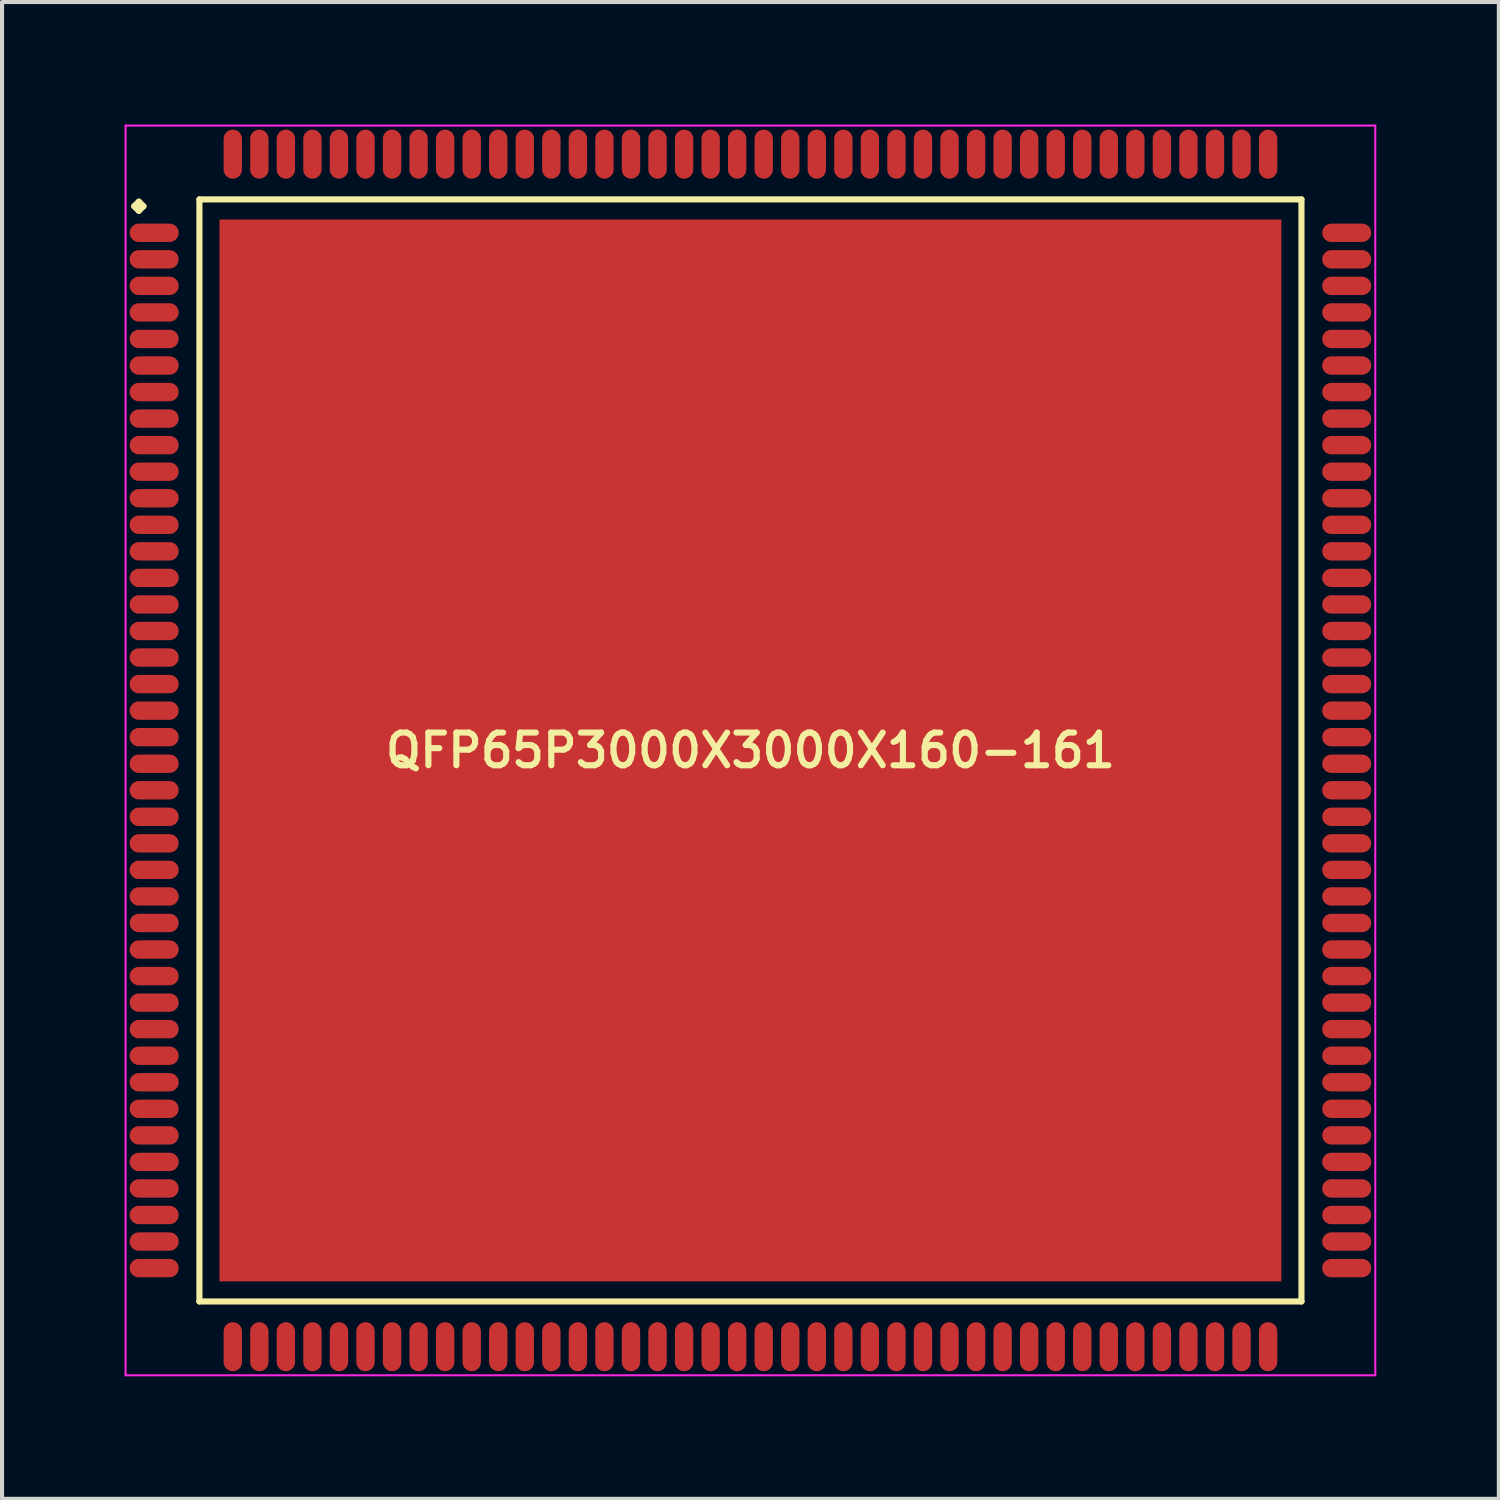
<source format=kicad_pcb>
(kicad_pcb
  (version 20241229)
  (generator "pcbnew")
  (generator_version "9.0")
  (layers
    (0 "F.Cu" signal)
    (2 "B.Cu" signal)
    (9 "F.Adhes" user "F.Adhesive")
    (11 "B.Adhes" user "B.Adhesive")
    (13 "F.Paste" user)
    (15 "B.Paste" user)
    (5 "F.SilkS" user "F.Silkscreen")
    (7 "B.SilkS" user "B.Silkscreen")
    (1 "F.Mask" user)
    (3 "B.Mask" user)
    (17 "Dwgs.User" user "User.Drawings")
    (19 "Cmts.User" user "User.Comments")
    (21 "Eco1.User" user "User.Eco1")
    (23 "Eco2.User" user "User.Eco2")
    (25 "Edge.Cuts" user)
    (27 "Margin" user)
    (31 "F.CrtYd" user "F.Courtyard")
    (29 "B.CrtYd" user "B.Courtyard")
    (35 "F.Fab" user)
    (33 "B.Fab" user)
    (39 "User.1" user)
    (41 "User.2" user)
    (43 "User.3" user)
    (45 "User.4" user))
  (footprint "QFP65P3000X3000X160-161"
    (layer "F.Cu")
    (at 15.325 15.325)
    (property "Reference" "QFP65P3000X3000X160-161" (at 0 0 0) (layer "F.SilkS") (effects (font (size 0.8 0.8) (thickness 0.15))))
    (attr smd)
    (fp_line (start -15.088 -13.325) (end -14.975 -13.438) (stroke (width 0.15) (type solid)) (layer "F.SilkS"))
    (fp_line (start -14.975 -13.438) (end -14.863 -13.325) (stroke (width 0.15) (type solid)) (layer "F.SilkS"))
    (fp_line (start -14.975 -13.213) (end -15.088 -13.325) (stroke (width 0.15) (type solid)) (layer "F.SilkS"))
    (fp_line (start -14.863 -13.325) (end -14.975 -13.213) (stroke (width 0.15) (type solid)) (layer "F.SilkS"))
    (fp_line (start -13.492 -13.492) (end -13.492 13.492) (stroke (width 0.15) (type solid)) (layer "F.SilkS"))
    (fp_line (start -13.492 13.492) (end 13.492 13.492) (stroke (width 0.15) (type solid)) (layer "F.SilkS"))
    (fp_line (start 13.492 -13.492) (end -13.492 -13.492) (stroke (width 0.15) (type solid)) (layer "F.SilkS"))
    (fp_line (start 13.492 13.492) (end 13.492 -13.492) (stroke (width 0.15) (type solid)) (layer "F.SilkS"))
    (fp_line (start -15.3 -15.3) (end 15.3 -15.3) (stroke (width 0.05) (type solid)) (layer "F.CrtYd"))
    (fp_line (start -15.3 15.3) (end -15.3 -15.3) (stroke (width 0.05) (type solid)) (layer "F.CrtYd"))
    (fp_line (start 15.3 -15.3) (end 15.3 15.3) (stroke (width 0.05) (type solid)) (layer "F.CrtYd"))
    (fp_line (start 15.3 15.3) (end -15.3 15.3) (stroke (width 0.05) (type solid)) (layer "F.CrtYd"))
    (pad "1" smd oval (at -14.6 -12.675) (size 1.2 0.45) (layers "F.Cu" "F.Mask" "F.Paste"))
    (pad "2" smd oval (at -14.6 -12.025) (size 1.2 0.45) (layers "F.Cu" "F.Mask" "F.Paste"))
    (pad "3" smd oval (at -14.6 -11.375) (size 1.2 0.45) (layers "F.Cu" "F.Mask" "F.Paste"))
    (pad "4" smd oval (at -14.6 -10.725) (size 1.2 0.45) (layers "F.Cu" "F.Mask" "F.Paste"))
    (pad "5" smd oval (at -14.6 -10.075) (size 1.2 0.45) (layers "F.Cu" "F.Mask" "F.Paste"))
    (pad "6" smd oval (at -14.6 -9.425) (size 1.2 0.45) (layers "F.Cu" "F.Mask" "F.Paste"))
    (pad "7" smd oval (at -14.6 -8.775) (size 1.2 0.45) (layers "F.Cu" "F.Mask" "F.Paste"))
    (pad "8" smd oval (at -14.6 -8.125) (size 1.2 0.45) (layers "F.Cu" "F.Mask" "F.Paste"))
    (pad "9" smd oval (at -14.6 -7.475) (size 1.2 0.45) (layers "F.Cu" "F.Mask" "F.Paste"))
    (pad "10" smd oval (at -14.6 -6.825) (size 1.2 0.45) (layers "F.Cu" "F.Mask" "F.Paste"))
    (pad "11" smd oval (at -14.6 -6.175) (size 1.2 0.45) (layers "F.Cu" "F.Mask" "F.Paste"))
    (pad "12" smd oval (at -14.6 -5.525) (size 1.2 0.45) (layers "F.Cu" "F.Mask" "F.Paste"))
    (pad "13" smd oval (at -14.6 -4.875) (size 1.2 0.45) (layers "F.Cu" "F.Mask" "F.Paste"))
    (pad "14" smd oval (at -14.6 -4.225) (size 1.2 0.45) (layers "F.Cu" "F.Mask" "F.Paste"))
    (pad "15" smd oval (at -14.6 -3.575) (size 1.2 0.45) (layers "F.Cu" "F.Mask" "F.Paste"))
    (pad "16" smd oval (at -14.6 -2.925) (size 1.2 0.45) (layers "F.Cu" "F.Mask" "F.Paste"))
    (pad "17" smd oval (at -14.6 -2.275) (size 1.2 0.45) (layers "F.Cu" "F.Mask" "F.Paste"))
    (pad "18" smd oval (at -14.6 -1.625) (size 1.2 0.45) (layers "F.Cu" "F.Mask" "F.Paste"))
    (pad "19" smd oval (at -14.6 -0.975) (size 1.2 0.45) (layers "F.Cu" "F.Mask" "F.Paste"))
    (pad "20" smd oval (at -14.6 -0.325) (size 1.2 0.45) (layers "F.Cu" "F.Mask" "F.Paste"))
    (pad "21" smd oval (at -14.6 0.325) (size 1.2 0.45) (layers "F.Cu" "F.Mask" "F.Paste"))
    (pad "22" smd oval (at -14.6 0.975) (size 1.2 0.45) (layers "F.Cu" "F.Mask" "F.Paste"))
    (pad "23" smd oval (at -14.6 1.625) (size 1.2 0.45) (layers "F.Cu" "F.Mask" "F.Paste"))
    (pad "24" smd oval (at -14.6 2.275) (size 1.2 0.45) (layers "F.Cu" "F.Mask" "F.Paste"))
    (pad "25" smd oval (at -14.6 2.925) (size 1.2 0.45) (layers "F.Cu" "F.Mask" "F.Paste"))
    (pad "26" smd oval (at -14.6 3.575) (size 1.2 0.45) (layers "F.Cu" "F.Mask" "F.Paste"))
    (pad "27" smd oval (at -14.6 4.225) (size 1.2 0.45) (layers "F.Cu" "F.Mask" "F.Paste"))
    (pad "28" smd oval (at -14.6 4.875) (size 1.2 0.45) (layers "F.Cu" "F.Mask" "F.Paste"))
    (pad "29" smd oval (at -14.6 5.525) (size 1.2 0.45) (layers "F.Cu" "F.Mask" "F.Paste"))
    (pad "30" smd oval (at -14.6 6.175) (size 1.2 0.45) (layers "F.Cu" "F.Mask" "F.Paste"))
    (pad "31" smd oval (at -14.6 6.825) (size 1.2 0.45) (layers "F.Cu" "F.Mask" "F.Paste"))
    (pad "32" smd oval (at -14.6 7.475) (size 1.2 0.45) (layers "F.Cu" "F.Mask" "F.Paste"))
    (pad "33" smd oval (at -14.6 8.125) (size 1.2 0.45) (layers "F.Cu" "F.Mask" "F.Paste"))
    (pad "34" smd oval (at -14.6 8.775) (size 1.2 0.45) (layers "F.Cu" "F.Mask" "F.Paste"))
    (pad "35" smd oval (at -14.6 9.425) (size 1.2 0.45) (layers "F.Cu" "F.Mask" "F.Paste"))
    (pad "36" smd oval (at -14.6 10.075) (size 1.2 0.45) (layers "F.Cu" "F.Mask" "F.Paste"))
    (pad "37" smd oval (at -14.6 10.725) (size 1.2 0.45) (layers "F.Cu" "F.Mask" "F.Paste"))
    (pad "38" smd oval (at -14.6 11.375) (size 1.2 0.45) (layers "F.Cu" "F.Mask" "F.Paste"))
    (pad "39" smd oval (at -14.6 12.025) (size 1.2 0.45) (layers "F.Cu" "F.Mask" "F.Paste"))
    (pad "40" smd oval (at -14.6 12.675) (size 1.2 0.45) (layers "F.Cu" "F.Mask" "F.Paste"))
    (pad "41" smd oval (at -12.675 14.6) (size 0.45 1.2) (layers "F.Cu" "F.Mask" "F.Paste"))
    (pad "42" smd oval (at -12.025 14.6) (size 0.45 1.2) (layers "F.Cu" "F.Mask" "F.Paste"))
    (pad "43" smd oval (at -11.375 14.6) (size 0.45 1.2) (layers "F.Cu" "F.Mask" "F.Paste"))
    (pad "44" smd oval (at -10.725 14.6) (size 0.45 1.2) (layers "F.Cu" "F.Mask" "F.Paste"))
    (pad "45" smd oval (at -10.075 14.6) (size 0.45 1.2) (layers "F.Cu" "F.Mask" "F.Paste"))
    (pad "46" smd oval (at -9.425 14.6) (size 0.45 1.2) (layers "F.Cu" "F.Mask" "F.Paste"))
    (pad "47" smd oval (at -8.775 14.6) (size 0.45 1.2) (layers "F.Cu" "F.Mask" "F.Paste"))
    (pad "48" smd oval (at -8.125 14.6) (size 0.45 1.2) (layers "F.Cu" "F.Mask" "F.Paste"))
    (pad "49" smd oval (at -7.475 14.6) (size 0.45 1.2) (layers "F.Cu" "F.Mask" "F.Paste"))
    (pad "50" smd oval (at -6.825 14.6) (size 0.45 1.2) (layers "F.Cu" "F.Mask" "F.Paste"))
    (pad "51" smd oval (at -6.175 14.6) (size 0.45 1.2) (layers "F.Cu" "F.Mask" "F.Paste"))
    (pad "52" smd oval (at -5.525 14.6) (size 0.45 1.2) (layers "F.Cu" "F.Mask" "F.Paste"))
    (pad "53" smd oval (at -4.875 14.6) (size 0.45 1.2) (layers "F.Cu" "F.Mask" "F.Paste"))
    (pad "54" smd oval (at -4.225 14.6) (size 0.45 1.2) (layers "F.Cu" "F.Mask" "F.Paste"))
    (pad "55" smd oval (at -3.575 14.6) (size 0.45 1.2) (layers "F.Cu" "F.Mask" "F.Paste"))
    (pad "56" smd oval (at -2.925 14.6) (size 0.45 1.2) (layers "F.Cu" "F.Mask" "F.Paste"))
    (pad "57" smd oval (at -2.275 14.6) (size 0.45 1.2) (layers "F.Cu" "F.Mask" "F.Paste"))
    (pad "58" smd oval (at -1.625 14.6) (size 0.45 1.2) (layers "F.Cu" "F.Mask" "F.Paste"))
    (pad "59" smd oval (at -0.975 14.6) (size 0.45 1.2) (layers "F.Cu" "F.Mask" "F.Paste"))
    (pad "60" smd oval (at -0.325 14.6) (size 0.45 1.2) (layers "F.Cu" "F.Mask" "F.Paste"))
    (pad "61" smd oval (at 0.325 14.6) (size 0.45 1.2) (layers "F.Cu" "F.Mask" "F.Paste"))
    (pad "62" smd oval (at 0.975 14.6) (size 0.45 1.2) (layers "F.Cu" "F.Mask" "F.Paste"))
    (pad "63" smd oval (at 1.625 14.6) (size 0.45 1.2) (layers "F.Cu" "F.Mask" "F.Paste"))
    (pad "64" smd oval (at 2.275 14.6) (size 0.45 1.2) (layers "F.Cu" "F.Mask" "F.Paste"))
    (pad "65" smd oval (at 2.925 14.6) (size 0.45 1.2) (layers "F.Cu" "F.Mask" "F.Paste"))
    (pad "66" smd oval (at 3.575 14.6) (size 0.45 1.2) (layers "F.Cu" "F.Mask" "F.Paste"))
    (pad "67" smd oval (at 4.225 14.6) (size 0.45 1.2) (layers "F.Cu" "F.Mask" "F.Paste"))
    (pad "68" smd oval (at 4.875 14.6) (size 0.45 1.2) (layers "F.Cu" "F.Mask" "F.Paste"))
    (pad "69" smd oval (at 5.525 14.6) (size 0.45 1.2) (layers "F.Cu" "F.Mask" "F.Paste"))
    (pad "70" smd oval (at 6.175 14.6) (size 0.45 1.2) (layers "F.Cu" "F.Mask" "F.Paste"))
    (pad "71" smd oval (at 6.825 14.6) (size 0.45 1.2) (layers "F.Cu" "F.Mask" "F.Paste"))
    (pad "72" smd oval (at 7.475 14.6) (size 0.45 1.2) (layers "F.Cu" "F.Mask" "F.Paste"))
    (pad "73" smd oval (at 8.125 14.6) (size 0.45 1.2) (layers "F.Cu" "F.Mask" "F.Paste"))
    (pad "74" smd oval (at 8.775 14.6) (size 0.45 1.2) (layers "F.Cu" "F.Mask" "F.Paste"))
    (pad "75" smd oval (at 9.425 14.6) (size 0.45 1.2) (layers "F.Cu" "F.Mask" "F.Paste"))
    (pad "76" smd oval (at 10.075 14.6) (size 0.45 1.2) (layers "F.Cu" "F.Mask" "F.Paste"))
    (pad "77" smd oval (at 10.725 14.6) (size 0.45 1.2) (layers "F.Cu" "F.Mask" "F.Paste"))
    (pad "78" smd oval (at 11.375 14.6) (size 0.45 1.2) (layers "F.Cu" "F.Mask" "F.Paste"))
    (pad "79" smd oval (at 12.025 14.6) (size 0.45 1.2) (layers "F.Cu" "F.Mask" "F.Paste"))
    (pad "80" smd oval (at 12.675 14.6) (size 0.45 1.2) (layers "F.Cu" "F.Mask" "F.Paste"))
    (pad "81" smd oval (at 14.6 12.675) (size 1.2 0.45) (layers "F.Cu" "F.Mask" "F.Paste"))
    (pad "82" smd oval (at 14.6 12.025) (size 1.2 0.45) (layers "F.Cu" "F.Mask" "F.Paste"))
    (pad "83" smd oval (at 14.6 11.375) (size 1.2 0.45) (layers "F.Cu" "F.Mask" "F.Paste"))
    (pad "84" smd oval (at 14.6 10.725) (size 1.2 0.45) (layers "F.Cu" "F.Mask" "F.Paste"))
    (pad "85" smd oval (at 14.6 10.075) (size 1.2 0.45) (layers "F.Cu" "F.Mask" "F.Paste"))
    (pad "86" smd oval (at 14.6 9.425) (size 1.2 0.45) (layers "F.Cu" "F.Mask" "F.Paste"))
    (pad "87" smd oval (at 14.6 8.775) (size 1.2 0.45) (layers "F.Cu" "F.Mask" "F.Paste"))
    (pad "88" smd oval (at 14.6 8.125) (size 1.2 0.45) (layers "F.Cu" "F.Mask" "F.Paste"))
    (pad "89" smd oval (at 14.6 7.475) (size 1.2 0.45) (layers "F.Cu" "F.Mask" "F.Paste"))
    (pad "90" smd oval (at 14.6 6.825) (size 1.2 0.45) (layers "F.Cu" "F.Mask" "F.Paste"))
    (pad "91" smd oval (at 14.6 6.175) (size 1.2 0.45) (layers "F.Cu" "F.Mask" "F.Paste"))
    (pad "92" smd oval (at 14.6 5.525) (size 1.2 0.45) (layers "F.Cu" "F.Mask" "F.Paste"))
    (pad "93" smd oval (at 14.6 4.875) (size 1.2 0.45) (layers "F.Cu" "F.Mask" "F.Paste"))
    (pad "94" smd oval (at 14.6 4.225) (size 1.2 0.45) (layers "F.Cu" "F.Mask" "F.Paste"))
    (pad "95" smd oval (at 14.6 3.575) (size 1.2 0.45) (layers "F.Cu" "F.Mask" "F.Paste"))
    (pad "96" smd oval (at 14.6 2.925) (size 1.2 0.45) (layers "F.Cu" "F.Mask" "F.Paste"))
    (pad "97" smd oval (at 14.6 2.275) (size 1.2 0.45) (layers "F.Cu" "F.Mask" "F.Paste"))
    (pad "98" smd oval (at 14.6 1.625) (size 1.2 0.45) (layers "F.Cu" "F.Mask" "F.Paste"))
    (pad "99" smd oval (at 14.6 0.975) (size 1.2 0.45) (layers "F.Cu" "F.Mask" "F.Paste"))
    (pad "100" smd oval (at 14.6 0.325) (size 1.2 0.45) (layers "F.Cu" "F.Mask" "F.Paste"))
    (pad "101" smd oval (at 14.6 -0.325) (size 1.2 0.45) (layers "F.Cu" "F.Mask" "F.Paste"))
    (pad "102" smd oval (at 14.6 -0.975) (size 1.2 0.45) (layers "F.Cu" "F.Mask" "F.Paste"))
    (pad "103" smd oval (at 14.6 -1.625) (size 1.2 0.45) (layers "F.Cu" "F.Mask" "F.Paste"))
    (pad "104" smd oval (at 14.6 -2.275) (size 1.2 0.45) (layers "F.Cu" "F.Mask" "F.Paste"))
    (pad "105" smd oval (at 14.6 -2.925) (size 1.2 0.45) (layers "F.Cu" "F.Mask" "F.Paste"))
    (pad "106" smd oval (at 14.6 -3.575) (size 1.2 0.45) (layers "F.Cu" "F.Mask" "F.Paste"))
    (pad "107" smd oval (at 14.6 -4.225) (size 1.2 0.45) (layers "F.Cu" "F.Mask" "F.Paste"))
    (pad "108" smd oval (at 14.6 -4.875) (size 1.2 0.45) (layers "F.Cu" "F.Mask" "F.Paste"))
    (pad "109" smd oval (at 14.6 -5.525) (size 1.2 0.45) (layers "F.Cu" "F.Mask" "F.Paste"))
    (pad "110" smd oval (at 14.6 -6.175) (size 1.2 0.45) (layers "F.Cu" "F.Mask" "F.Paste"))
    (pad "111" smd oval (at 14.6 -6.825) (size 1.2 0.45) (layers "F.Cu" "F.Mask" "F.Paste"))
    (pad "112" smd oval (at 14.6 -7.475) (size 1.2 0.45) (layers "F.Cu" "F.Mask" "F.Paste"))
    (pad "113" smd oval (at 14.6 -8.125) (size 1.2 0.45) (layers "F.Cu" "F.Mask" "F.Paste"))
    (pad "114" smd oval (at 14.6 -8.775) (size 1.2 0.45) (layers "F.Cu" "F.Mask" "F.Paste"))
    (pad "115" smd oval (at 14.6 -9.425) (size 1.2 0.45) (layers "F.Cu" "F.Mask" "F.Paste"))
    (pad "116" smd oval (at 14.6 -10.075) (size 1.2 0.45) (layers "F.Cu" "F.Mask" "F.Paste"))
    (pad "117" smd oval (at 14.6 -10.725) (size 1.2 0.45) (layers "F.Cu" "F.Mask" "F.Paste"))
    (pad "118" smd oval (at 14.6 -11.375) (size 1.2 0.45) (layers "F.Cu" "F.Mask" "F.Paste"))
    (pad "119" smd oval (at 14.6 -12.025) (size 1.2 0.45) (layers "F.Cu" "F.Mask" "F.Paste"))
    (pad "120" smd oval (at 14.6 -12.675) (size 1.2 0.45) (layers "F.Cu" "F.Mask" "F.Paste"))
    (pad "121" smd oval (at 12.675 -14.6) (size 0.45 1.2) (layers "F.Cu" "F.Mask" "F.Paste"))
    (pad "122" smd oval (at 12.025 -14.6) (size 0.45 1.2) (layers "F.Cu" "F.Mask" "F.Paste"))
    (pad "123" smd oval (at 11.375 -14.6) (size 0.45 1.2) (layers "F.Cu" "F.Mask" "F.Paste"))
    (pad "124" smd oval (at 10.725 -14.6) (size 0.45 1.2) (layers "F.Cu" "F.Mask" "F.Paste"))
    (pad "125" smd oval (at 10.075 -14.6) (size 0.45 1.2) (layers "F.Cu" "F.Mask" "F.Paste"))
    (pad "126" smd oval (at 9.425 -14.6) (size 0.45 1.2) (layers "F.Cu" "F.Mask" "F.Paste"))
    (pad "127" smd oval (at 8.775 -14.6) (size 0.45 1.2) (layers "F.Cu" "F.Mask" "F.Paste"))
    (pad "128" smd oval (at 8.125 -14.6) (size 0.45 1.2) (layers "F.Cu" "F.Mask" "F.Paste"))
    (pad "129" smd oval (at 7.475 -14.6) (size 0.45 1.2) (layers "F.Cu" "F.Mask" "F.Paste"))
    (pad "130" smd oval (at 6.825 -14.6) (size 0.45 1.2) (layers "F.Cu" "F.Mask" "F.Paste"))
    (pad "131" smd oval (at 6.175 -14.6) (size 0.45 1.2) (layers "F.Cu" "F.Mask" "F.Paste"))
    (pad "132" smd oval (at 5.525 -14.6) (size 0.45 1.2) (layers "F.Cu" "F.Mask" "F.Paste"))
    (pad "133" smd oval (at 4.875 -14.6) (size 0.45 1.2) (layers "F.Cu" "F.Mask" "F.Paste"))
    (pad "134" smd oval (at 4.225 -14.6) (size 0.45 1.2) (layers "F.Cu" "F.Mask" "F.Paste"))
    (pad "135" smd oval (at 3.575 -14.6) (size 0.45 1.2) (layers "F.Cu" "F.Mask" "F.Paste"))
    (pad "136" smd oval (at 2.925 -14.6) (size 0.45 1.2) (layers "F.Cu" "F.Mask" "F.Paste"))
    (pad "137" smd oval (at 2.275 -14.6) (size 0.45 1.2) (layers "F.Cu" "F.Mask" "F.Paste"))
    (pad "138" smd oval (at 1.625 -14.6) (size 0.45 1.2) (layers "F.Cu" "F.Mask" "F.Paste"))
    (pad "139" smd oval (at 0.975 -14.6) (size 0.45 1.2) (layers "F.Cu" "F.Mask" "F.Paste"))
    (pad "140" smd oval (at 0.325 -14.6) (size 0.45 1.2) (layers "F.Cu" "F.Mask" "F.Paste"))
    (pad "141" smd oval (at -0.325 -14.6) (size 0.45 1.2) (layers "F.Cu" "F.Mask" "F.Paste"))
    (pad "142" smd oval (at -0.975 -14.6) (size 0.45 1.2) (layers "F.Cu" "F.Mask" "F.Paste"))
    (pad "143" smd oval (at -1.625 -14.6) (size 0.45 1.2) (layers "F.Cu" "F.Mask" "F.Paste"))
    (pad "144" smd oval (at -2.275 -14.6) (size 0.45 1.2) (layers "F.Cu" "F.Mask" "F.Paste"))
    (pad "145" smd oval (at -2.925 -14.6) (size 0.45 1.2) (layers "F.Cu" "F.Mask" "F.Paste"))
    (pad "146" smd oval (at -3.575 -14.6) (size 0.45 1.2) (layers "F.Cu" "F.Mask" "F.Paste"))
    (pad "147" smd oval (at -4.225 -14.6) (size 0.45 1.2) (layers "F.Cu" "F.Mask" "F.Paste"))
    (pad "148" smd oval (at -4.875 -14.6) (size 0.45 1.2) (layers "F.Cu" "F.Mask" "F.Paste"))
    (pad "149" smd oval (at -5.525 -14.6) (size 0.45 1.2) (layers "F.Cu" "F.Mask" "F.Paste"))
    (pad "150" smd oval (at -6.175 -14.6) (size 0.45 1.2) (layers "F.Cu" "F.Mask" "F.Paste"))
    (pad "151" smd oval (at -6.825 -14.6) (size 0.45 1.2) (layers "F.Cu" "F.Mask" "F.Paste"))
    (pad "152" smd oval (at -7.475 -14.6) (size 0.45 1.2) (layers "F.Cu" "F.Mask" "F.Paste"))
    (pad "153" smd oval (at -8.125 -14.6) (size 0.45 1.2) (layers "F.Cu" "F.Mask" "F.Paste"))
    (pad "154" smd oval (at -8.775 -14.6) (size 0.45 1.2) (layers "F.Cu" "F.Mask" "F.Paste"))
    (pad "155" smd oval (at -9.425 -14.6) (size 0.45 1.2) (layers "F.Cu" "F.Mask" "F.Paste"))
    (pad "156" smd oval (at -10.075 -14.6) (size 0.45 1.2) (layers "F.Cu" "F.Mask" "F.Paste"))
    (pad "157" smd oval (at -10.725 -14.6) (size 0.45 1.2) (layers "F.Cu" "F.Mask" "F.Paste"))
    (pad "158" smd oval (at -11.375 -14.6) (size 0.45 1.2) (layers "F.Cu" "F.Mask" "F.Paste"))
    (pad "159" smd oval (at -12.025 -14.6) (size 0.45 1.2) (layers "F.Cu" "F.Mask" "F.Paste"))
    (pad "160" smd oval (at -12.675 -14.6) (size 0.45 1.2) (layers "F.Cu" "F.Mask" "F.Paste"))
    (pad "161" smd rect (at 0 0) (size 26 26) (layers "F.Cu" "F.Mask" "F.Paste")))
  (gr_rect
    (start -3 -3)
    (end 33.65 33.65)
    (stroke (width 0.1) (type default))
    (fill no)
    (layer "Edge.Cuts")))
</source>
